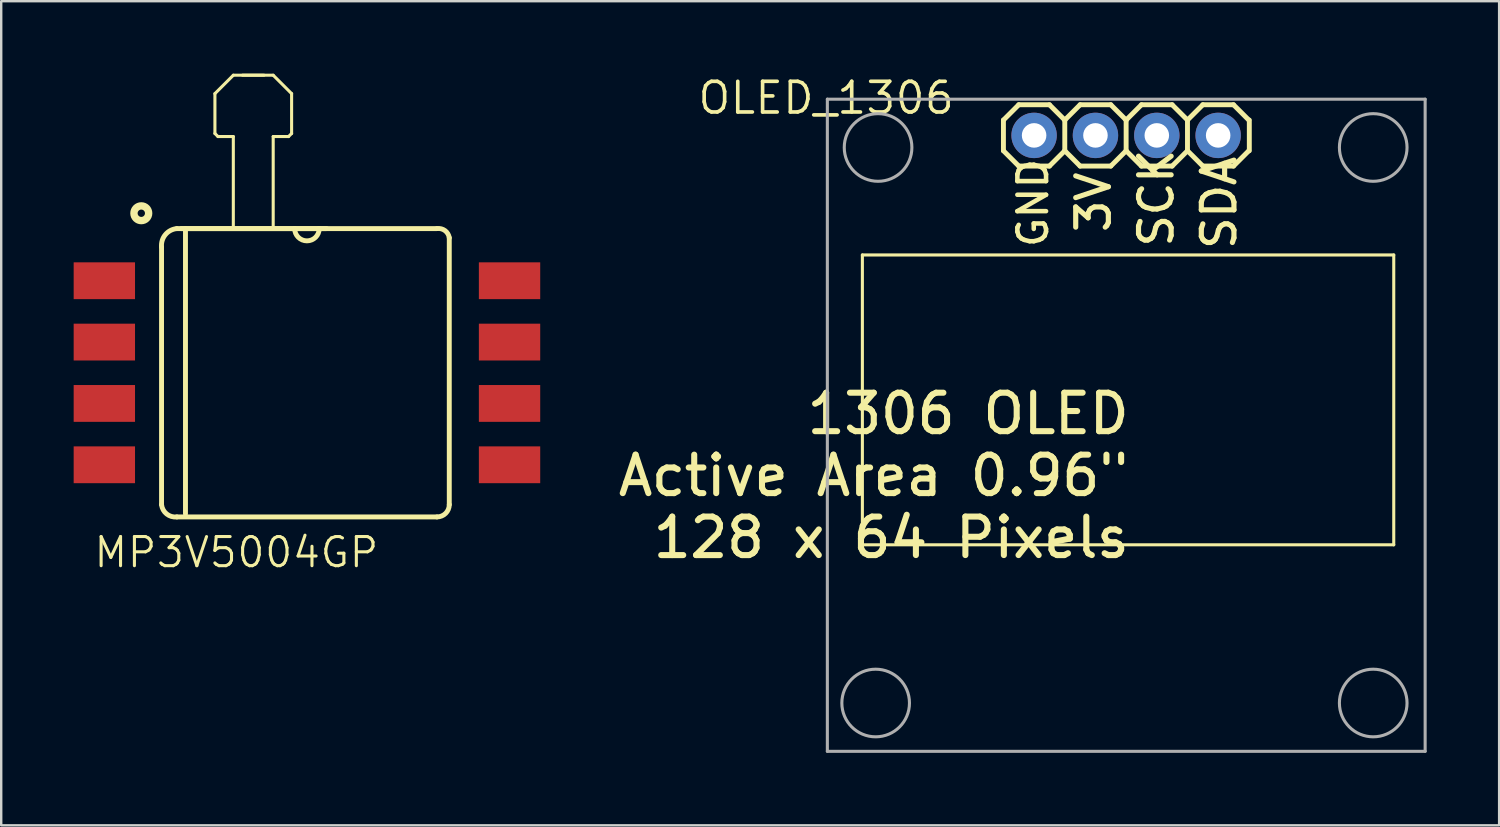
<source format=kicad_pcb>
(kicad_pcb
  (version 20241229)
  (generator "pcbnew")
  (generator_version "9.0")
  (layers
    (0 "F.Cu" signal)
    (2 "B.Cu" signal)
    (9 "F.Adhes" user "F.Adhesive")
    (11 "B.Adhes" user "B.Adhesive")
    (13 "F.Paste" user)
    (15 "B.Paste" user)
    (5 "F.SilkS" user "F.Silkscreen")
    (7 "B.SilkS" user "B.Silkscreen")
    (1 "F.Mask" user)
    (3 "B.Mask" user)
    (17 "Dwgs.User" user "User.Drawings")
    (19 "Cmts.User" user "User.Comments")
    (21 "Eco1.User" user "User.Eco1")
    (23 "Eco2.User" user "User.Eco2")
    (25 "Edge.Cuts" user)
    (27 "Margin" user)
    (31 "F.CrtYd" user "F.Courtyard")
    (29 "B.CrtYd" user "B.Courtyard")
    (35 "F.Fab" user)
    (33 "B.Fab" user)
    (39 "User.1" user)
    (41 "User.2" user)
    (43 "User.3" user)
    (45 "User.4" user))
  (footprint "MP3V5004GP"
    (layer "F.Cu")
    (at 9.658 12.383)
    (property "Reference" "MP3V5004GP" (at 3.048 6.731 0) (layer "F.SilkS") (effects (font (size 1.206 1.206) (thickness 0.127)) (justify right top)))
    (attr through_hole)
    (fp_line (start -6.02 -5.207) (end -6.02 5.461) (stroke (width 0.203) (type solid)) (layer "F.SilkS"))
    (fp_line (start -5.385 5.969) (end 5.385 5.969) (stroke (width 0.203) (type solid)) (layer "F.SilkS"))
    (fp_line (start -5.029 -5.969) (end -5.029 5.842) (stroke (width 0.203) (type solid)) (layer "F.SilkS"))
    (fp_line (start -3.81 -11.557) (end -3.81 -9.906) (stroke (width 0.127) (type solid)) (layer "F.SilkS"))
    (fp_line (start -3.81 -9.906) (end -3.683 -9.779) (stroke (width 0.127) (type solid)) (layer "F.SilkS"))
    (fp_line (start -3.683 -9.779) (end -3.048 -9.779) (stroke (width 0.127) (type solid)) (layer "F.SilkS"))
    (fp_line (start -3.048 -12.319) (end -3.81 -11.557) (stroke (width 0.127) (type solid)) (layer "F.SilkS"))
    (fp_line (start -3.048 -9.779) (end -3.048 -5.969) (stroke (width 0.127) (type solid)) (layer "F.SilkS"))
    (fp_line (start -3.048 -5.969) (end -5.385 -5.969) (stroke (width 0.203) (type solid)) (layer "F.SilkS"))
    (fp_line (start -2.667 -12.319) (end -1.397 -12.319) (stroke (width 0.127) (type solid)) (layer "F.SilkS"))
    (fp_line (start -1.778 -12.319) (end -3.048 -12.319) (stroke (width 0.127) (type solid)) (layer "F.SilkS"))
    (fp_line (start -1.397 -12.319) (end -0.635 -11.557) (stroke (width 0.127) (type solid)) (layer "F.SilkS"))
    (fp_line (start -1.397 -9.779) (end -1.397 -5.969) (stroke (width 0.127) (type solid)) (layer "F.SilkS"))
    (fp_line (start -0.762 -9.779) (end -1.397 -9.779) (stroke (width 0.127) (type solid)) (layer "F.SilkS"))
    (fp_line (start -0.635 -11.557) (end -0.635 -9.906) (stroke (width 0.127) (type solid)) (layer "F.SilkS"))
    (fp_line (start -0.635 -9.906) (end -0.762 -9.779) (stroke (width 0.127) (type solid)) (layer "F.SilkS"))
    (fp_line (start -0.508 -5.969) (end -3.048 -5.969) (stroke (width 0.203) (type solid)) (layer "F.SilkS"))
    (fp_line (start 0.508 -5.969) (end -0.508 -5.969) (stroke (width 0.203) (type solid)) (layer "F.SilkS"))
    (fp_line (start 0.813 -5.969) (end -5.207 -5.969) (stroke (width 0.203) (type solid)) (layer "F.SilkS"))
    (fp_line (start 5.385 -5.969) (end 0.508 -5.969) (stroke (width 0.203) (type solid)) (layer "F.SilkS"))
    (fp_line (start 5.893 5.461) (end 5.893 -5.588) (stroke (width 0.203) (type solid)) (layer "F.SilkS"))
    (fp_arc (start -6.0198 -5.207) (mid -5.860115 -5.719513) (end -5.3848 -5.969) (stroke (width 0.2032) (type solid)) (layer "F.SilkS"))
    (fp_arc (start -5.3848 5.969) (mid -5.80751 5.846513) (end -6.0198 5.461) (stroke (width 0.2032) (type solid)) (layer "F.SilkS"))
    (fp_arc (start 0.508 -5.969) (mid 0 -5.461) (end -0.508 -5.969) (stroke (width 0.2032) (type solid)) (layer "F.SilkS"))
    (fp_arc (start 5.3848 -5.969) (mid 5.717708 -5.88371) (end 5.8928 -5.588) (stroke (width 0.2032) (type solid)) (layer "F.SilkS"))
    (fp_arc (start 5.8928 5.461) (mid 5.74401 5.82021) (end 5.3848 5.969) (stroke (width 0.2032) (type solid)) (layer "F.SilkS"))
    (fp_circle (center -6.858 -6.604) (end -6.706 -6.604) (stroke (width 0.305) (type solid)) (fill no) (layer "F.SilkS"))
    (pad "1" smd rect (at -8.388 -3.81 270) (size 1.524 2.54) (layers "F.Cu" "F.Mask" "F.Paste"))
    (pad "2" smd rect (at -8.388 -1.27 270) (size 1.524 2.54) (layers "F.Cu" "F.Mask" "F.Paste"))
    (pad "3" smd rect (at -8.388 1.27 270) (size 1.524 2.54) (layers "F.Cu" "F.Mask" "F.Paste"))
    (pad "4" smd rect (at -8.388 3.81 270) (size 1.524 2.54) (layers "F.Cu" "F.Mask" "F.Paste"))
    (pad "5" smd rect (at 8.388 3.81 270) (size 1.524 2.54) (layers "F.Cu" "F.Mask" "F.Paste"))
    (pad "6" smd rect (at 8.388 1.27 270) (size 1.524 2.54) (layers "F.Cu" "F.Mask" "F.Paste"))
    (pad "7" smd rect (at 8.388 -1.27 270) (size 1.524 2.54) (layers "F.Cu" "F.Mask" "F.Paste"))
    (pad "8" smd rect (at 8.388 -3.81 270) (size 1.524 2.54) (layers "F.Cu" "F.Mask" "F.Paste")))
  (footprint "OLED_1306"
    (layer "F.Cu")
    (at 31.154 1.006)
    (property "Reference" "OLED_1306" (at 0 0 0) (layer "F.SilkS") (effects (font (size 1.27 1.27) (thickness 0.15))))
    (attr through_hole)
    (fp_line (start 1.5 6.5) (end 1.5 18.5) (stroke (width 0.127) (type solid)) (layer "F.SilkS"))
    (fp_line (start 1.5 6.5) (end 23.5 6.5) (stroke (width 0.127) (type solid)) (layer "F.SilkS"))
    (fp_line (start 1.5 18.5) (end 23.5 18.5) (stroke (width 0.127) (type solid)) (layer "F.SilkS"))
    (fp_line (start 7.34 0.915) (end 7.34 2.185) (stroke (width 0.203) (type solid)) (layer "F.SilkS"))
    (fp_line (start 7.34 2.185) (end 7.975 2.82) (stroke (width 0.203) (type solid)) (layer "F.SilkS"))
    (fp_line (start 7.975 0.28) (end 7.34 0.915) (stroke (width 0.203) (type solid)) (layer "F.SilkS"))
    (fp_line (start 7.975 2.82) (end 9.245 2.82) (stroke (width 0.203) (type solid)) (layer "F.SilkS"))
    (fp_line (start 9.245 0.28) (end 7.975 0.28) (stroke (width 0.203) (type solid)) (layer "F.SilkS"))
    (fp_line (start 9.245 2.82) (end 9.88 2.185) (stroke (width 0.203) (type solid)) (layer "F.SilkS"))
    (fp_line (start 9.88 0.915) (end 9.245 0.28) (stroke (width 0.203) (type solid)) (layer "F.SilkS"))
    (fp_line (start 9.88 0.915) (end 9.88 2.185) (stroke (width 0.203) (type solid)) (layer "F.SilkS"))
    (fp_line (start 9.88 2.185) (end 10.515 2.82) (stroke (width 0.203) (type solid)) (layer "F.SilkS"))
    (fp_line (start 10.515 0.28) (end 9.88 0.915) (stroke (width 0.203) (type solid)) (layer "F.SilkS"))
    (fp_line (start 10.515 2.82) (end 11.785 2.82) (stroke (width 0.203) (type solid)) (layer "F.SilkS"))
    (fp_line (start 11.785 0.28) (end 10.515 0.28) (stroke (width 0.203) (type solid)) (layer "F.SilkS"))
    (fp_line (start 11.785 2.82) (end 12.42 2.185) (stroke (width 0.203) (type solid)) (layer "F.SilkS"))
    (fp_line (start 12.42 0.915) (end 11.785 0.28) (stroke (width 0.203) (type solid)) (layer "F.SilkS"))
    (fp_line (start 12.42 0.915) (end 12.42 2.185) (stroke (width 0.203) (type solid)) (layer "F.SilkS"))
    (fp_line (start 12.42 2.185) (end 13.055 2.82) (stroke (width 0.203) (type solid)) (layer "F.SilkS"))
    (fp_line (start 13.055 0.28) (end 12.42 0.915) (stroke (width 0.203) (type solid)) (layer "F.SilkS"))
    (fp_line (start 13.055 2.82) (end 14.325 2.82) (stroke (width 0.203) (type solid)) (layer "F.SilkS"))
    (fp_line (start 14.325 0.28) (end 13.055 0.28) (stroke (width 0.203) (type solid)) (layer "F.SilkS"))
    (fp_line (start 14.325 2.82) (end 14.96 2.185) (stroke (width 0.203) (type solid)) (layer "F.SilkS"))
    (fp_line (start 14.96 0.915) (end 14.325 0.28) (stroke (width 0.203) (type solid)) (layer "F.SilkS"))
    (fp_line (start 14.96 0.915) (end 14.96 2.185) (stroke (width 0.203) (type solid)) (layer "F.SilkS"))
    (fp_line (start 14.96 2.185) (end 15.595 2.82) (stroke (width 0.203) (type solid)) (layer "F.SilkS"))
    (fp_line (start 15.595 0.28) (end 14.96 0.915) (stroke (width 0.203) (type solid)) (layer "F.SilkS"))
    (fp_line (start 15.595 2.82) (end 16.865 2.82) (stroke (width 0.203) (type solid)) (layer "F.SilkS"))
    (fp_line (start 16.865 0.28) (end 15.595 0.28) (stroke (width 0.203) (type solid)) (layer "F.SilkS"))
    (fp_line (start 16.865 2.82) (end 17.5 2.185) (stroke (width 0.203) (type solid)) (layer "F.SilkS"))
    (fp_line (start 17.5 0.915) (end 16.865 0.28) (stroke (width 0.203) (type solid)) (layer "F.SilkS"))
    (fp_line (start 17.52 0.915) (end 17.52 2.185) (stroke (width 0.203) (type solid)) (layer "F.SilkS"))
    (fp_line (start 23.5 18.5) (end 23.5 6.5) (stroke (width 0.127) (type solid)) (layer "F.SilkS"))
    (fp_line (start 0.05 0.05) (end 24.8 0.05) (stroke (width 0.127) (type solid)) (layer "F.Fab"))
    (fp_line (start 0.05 27.05) (end 0.05 0.05) (stroke (width 0.127) (type solid)) (layer "F.Fab"))
    (fp_line (start 24.8 0.05) (end 24.8 27.05) (stroke (width 0.127) (type solid)) (layer "F.Fab"))
    (fp_line (start 24.8 27.05) (end 0.05 27.05) (stroke (width 0.127) (type solid)) (layer "F.Fab"))
    (fp_circle (center 2.05 25.05) (end 3.45 25.05) (stroke (width 0.127) (type solid)) (fill no) (layer "F.Fab"))
    (fp_circle (center 2.15 2.05) (end 3.55 2.05) (stroke (width 0.127) (type solid)) (fill no) (layer "F.Fab"))
    (fp_circle (center 22.65 2.05) (end 24.05 2.05) (stroke (width 0.127) (type solid)) (fill no) (layer "F.Fab"))
    (fp_circle (center 22.65 25.05) (end 24.05 25.05) (stroke (width 0.127) (type solid)) (fill no) (layer "F.Fab"))
    (fp_poly (pts (xy 8.864 1.804) (xy 8.864 1.296) (xy 8.356 1.296) (xy 8.356 1.804)) (stroke (width 0.1) (type solid)) (fill no) (layer "F.Fab"))
    (fp_poly (pts (xy 11.404 1.804) (xy 11.404 1.296) (xy 10.896 1.296) (xy 10.896 1.804)) (stroke (width 0.1) (type solid)) (fill no) (layer "F.Fab"))
    (fp_poly (pts (xy 13.944 1.804) (xy 13.944 1.296) (xy 13.436 1.296) (xy 13.436 1.804)) (stroke (width 0.1) (type solid)) (fill no) (layer "F.Fab"))
    (fp_poly (pts (xy 16.484 1.804) (xy 16.484 1.296) (xy 15.976 1.296) (xy 15.976 1.804)) (stroke (width 0.1) (type solid)) (fill no) (layer "F.Fab"))
    (fp_text user "3V" (at 11.86 5.681 90) (layer "F.SilkS") (effects (font (size 1.351 1.351) (thickness 0.213)) (justify left bottom)))
    (fp_text user "1306 OLED\nActive Area 0.96\"\n128 x 64 Pixels" (at 12.681 12.14 0) (layer "F.SilkS") (effects (font (size 1.593 1.593) (thickness 0.251)) (justify right top)))
    (fp_text user "SCK" (at 14.46 6.281 90) (layer "F.SilkS") (effects (font (size 1.351 1.351) (thickness 0.213)) (justify left bottom)))
    (fp_text user "GND" (at 9.26 6.281 90) (layer "F.SilkS") (effects (font (size 1.188 1.188) (thickness 0.188)) (justify left bottom)))
    (fp_text user "SDA" (at 17.06 6.381 90) (layer "F.SilkS") (effects (font (size 1.351 1.351) (thickness 0.213)) (justify left bottom)))
    (pad "3V" thru_hole circle (at 11.15 1.55 180) (size 1.88 1.88) (drill 1.016) (layers "*.Cu" "*.Mask"))
    (pad "GND" thru_hole circle (at 8.61 1.55 180) (size 1.88 1.88) (drill 1.016) (layers "*.Cu" "*.Mask"))
    (pad "SCK" thru_hole circle (at 13.69 1.55 180) (size 1.88 1.88) (drill 1.016) (layers "*.Cu" "*.Mask"))
    (pad "SDA" thru_hole circle (at 16.23 1.55 180) (size 1.88 1.88) (drill 1.016) (layers "*.Cu" "*.Mask")))
  (gr_rect
    (start -3 -3)
    (end 59.017 31.12)
    (stroke (width 0.1) (type default))
    (fill no)
    (layer "Edge.Cuts")))
</source>
